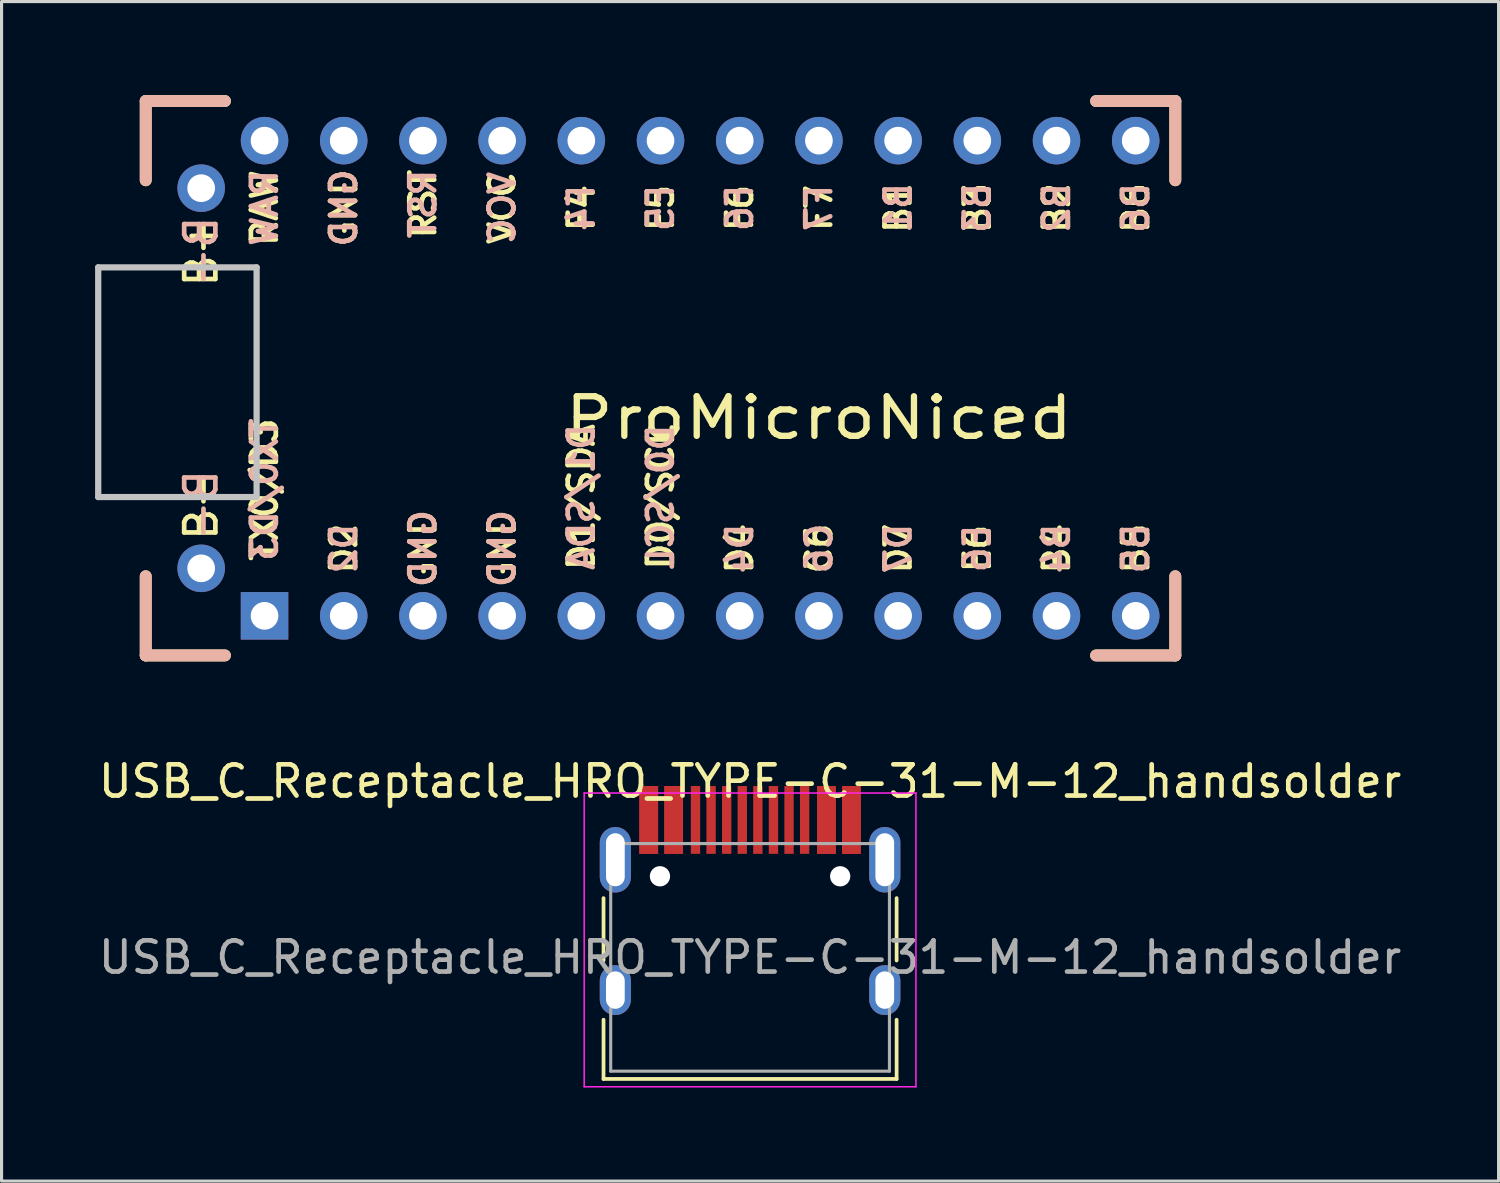
<source format=kicad_pcb>
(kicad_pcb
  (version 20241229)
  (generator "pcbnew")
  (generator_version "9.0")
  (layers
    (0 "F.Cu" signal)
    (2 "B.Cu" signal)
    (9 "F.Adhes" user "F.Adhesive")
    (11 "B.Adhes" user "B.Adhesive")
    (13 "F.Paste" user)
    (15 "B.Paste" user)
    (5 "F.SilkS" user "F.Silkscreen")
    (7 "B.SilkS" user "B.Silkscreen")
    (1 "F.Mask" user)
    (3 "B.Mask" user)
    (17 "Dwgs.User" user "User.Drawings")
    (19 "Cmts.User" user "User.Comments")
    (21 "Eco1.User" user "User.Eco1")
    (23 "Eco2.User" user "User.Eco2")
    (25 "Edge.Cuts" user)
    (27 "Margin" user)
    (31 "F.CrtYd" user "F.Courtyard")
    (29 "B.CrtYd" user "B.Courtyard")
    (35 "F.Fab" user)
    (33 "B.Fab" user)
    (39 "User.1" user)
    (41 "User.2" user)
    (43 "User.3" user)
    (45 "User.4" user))
  (footprint "USB_C_Receptacle_HRO_TYPE-C-31-M-12_handsolder"
    (layer "F.Cu")
    (at 21.006 27.654)
    (property "Reference" "USB_C_Receptacle_HRO_TYPE-C-31-M-12_handsolder" (at 0 -5.645 0) (layer "F.SilkS") (effects (font (size 1 1) (thickness 0.15))))
    (attr smd)
    (fp_line (start -4.7 -1.9) (end -4.7 0.1) (stroke (width 0.12) (type solid)) (layer "F.SilkS"))
    (fp_line (start -4.7 2) (end -4.7 3.9) (stroke (width 0.12) (type solid)) (layer "F.SilkS"))
    (fp_line (start -4.7 3.9) (end 4.7 3.9) (stroke (width 0.12) (type solid)) (layer "F.SilkS"))
    (fp_line (start 4.7 -1.9) (end 4.7 0.1) (stroke (width 0.12) (type solid)) (layer "F.SilkS"))
    (fp_line (start 4.7 2) (end 4.7 3.9) (stroke (width 0.12) (type solid)) (layer "F.SilkS"))
    (fp_line (start -5.32 -5.27) (end -5.32 4.15) (stroke (width 0.05) (type solid)) (layer "F.CrtYd"))
    (fp_line (start -5.32 -5.27) (end 5.32 -5.27) (stroke (width 0.05) (type solid)) (layer "F.CrtYd"))
    (fp_line (start -5.32 4.15) (end 5.32 4.15) (stroke (width 0.05) (type solid)) (layer "F.CrtYd"))
    (fp_line (start 5.32 -5.27) (end 5.32 4.15) (stroke (width 0.05) (type solid)) (layer "F.CrtYd"))
    (fp_line (start -4.47 -3.65) (end -4.47 3.65) (stroke (width 0.1) (type solid)) (layer "F.Fab"))
    (fp_line (start -4.47 -3.65) (end 4.47 -3.65) (stroke (width 0.1) (type solid)) (layer "F.Fab"))
    (fp_line (start -4.47 3.65) (end 4.47 3.65) (stroke (width 0.1) (type solid)) (layer "F.Fab"))
    (fp_line (start 4.47 -3.65) (end 4.47 3.65) (stroke (width 0.1) (type solid)) (layer "F.Fab"))
    (fp_text user "${REFERENCE}" (at 0 0 0) (layer "F.Fab") (effects (font (size 1 1) (thickness 0.15))))
    (pad "" np_thru_hole circle (at -2.89 -2.6) (size 0.65 0.65) (drill 0.65) (layers "*.Cu" "*.Mask"))
    (pad "" np_thru_hole circle (at 2.89 -2.6) (size 0.65 0.65) (drill 0.65) (layers "*.Cu" "*.Mask"))
    (pad "A1" smd rect (at -3.25 -4.407) (size 0.6 2.175) (layers "F.Cu" "F.Mask" "F.Paste"))
    (pad "A4" smd rect (at -2.45 -4.407) (size 0.6 2.175) (layers "F.Cu" "F.Mask" "F.Paste"))
    (pad "A5" smd rect (at -1.25 -4.407) (size 0.3 2.175) (layers "F.Cu" "F.Mask" "F.Paste"))
    (pad "A6" smd rect (at -0.25 -4.407) (size 0.3 2.175) (layers "F.Cu" "F.Mask" "F.Paste"))
    (pad "A7" smd rect (at 0.25 -4.407) (size 0.3 2.175) (layers "F.Cu" "F.Mask" "F.Paste"))
    (pad "A8" smd rect (at 1.25 -4.407) (size 0.3 2.175) (layers "F.Cu" "F.Mask" "F.Paste"))
    (pad "A9" smd rect (at 2.45 -4.407) (size 0.6 2.175) (layers "F.Cu" "F.Mask" "F.Paste"))
    (pad "A12" smd rect (at 3.25 -4.407) (size 0.6 2.175) (layers "F.Cu" "F.Mask" "F.Paste"))
    (pad "B1" smd rect (at 3.25 -4.407) (size 0.6 2.175) (layers "F.Cu" "F.Mask" "F.Paste"))
    (pad "B4" smd rect (at 2.45 -4.407) (size 0.6 2.175) (layers "F.Cu" "F.Mask" "F.Paste"))
    (pad "B5" smd rect (at 1.75 -4.407) (size 0.3 2.175) (layers "F.Cu" "F.Mask" "F.Paste"))
    (pad "B6" smd rect (at 0.75 -4.407) (size 0.3 2.175) (layers "F.Cu" "F.Mask" "F.Paste"))
    (pad "B7" smd rect (at -0.75 -4.407) (size 0.3 2.175) (layers "F.Cu" "F.Mask" "F.Paste"))
    (pad "B8" smd rect (at -1.75 -4.407) (size 0.3 2.175) (layers "F.Cu" "F.Mask" "F.Paste"))
    (pad "B9" smd rect (at -2.45 -4.407) (size 0.6 2.175) (layers "F.Cu" "F.Mask" "F.Paste"))
    (pad "B12" smd rect (at -3.25 -4.407) (size 0.6 2.175) (layers "F.Cu" "F.Mask" "F.Paste"))
    (pad "S1" thru_hole oval (at -4.32 -3.13) (size 1 2.1) (drill oval 0.6 1.7) (layers "*.Cu" "*.Mask"))
    (pad "S1" thru_hole oval (at -4.32 1.05) (size 1 1.6) (drill oval 0.6 1.2) (layers "*.Cu" "*.Mask"))
    (pad "S1" thru_hole oval (at 4.32 -3.13) (size 1 2.1) (drill oval 0.6 1.7) (layers "*.Cu" "*.Mask"))
    (pad "S1" thru_hole oval (at 4.32 1.05) (size 1 1.6) (drill oval 0.6 1.2) (layers "*.Cu" "*.Mask")))
  (footprint "ProMicroNiced"
    (layer "F.Cu")
    (at 5.434 16.701)
    (property "Reference" "ProMicroNiced" (at 17.78 -6.35 0) (layer "F.SilkS") (effects (font (size 1.27 1.524) (thickness 0.203))))
    (attr through_hole)
    (fp_line (start -3.81 -16.51) (end -3.81 -13.97) (stroke (width 0.381) (type solid)) (layer "F.SilkS"))
    (fp_line (start -3.81 -1.27) (end -3.81 1.27) (stroke (width 0.381) (type solid)) (layer "F.SilkS"))
    (fp_line (start -3.81 1.27) (end -1.27 1.27) (stroke (width 0.381) (type solid)) (layer "F.SilkS"))
    (fp_line (start -1.27 -16.51) (end -3.81 -16.51) (stroke (width 0.381) (type solid)) (layer "F.SilkS"))
    (fp_line (start 29.21 -16.51) (end 26.67 -16.51) (stroke (width 0.381) (type solid)) (layer "F.SilkS"))
    (fp_line (start 29.21 -16.51) (end 29.21 -13.97) (stroke (width 0.381) (type solid)) (layer "F.SilkS"))
    (fp_line (start 29.21 -1.27) (end 29.21 1.27) (stroke (width 0.381) (type solid)) (layer "F.SilkS"))
    (fp_line (start 29.21 1.27) (end 26.67 1.27) (stroke (width 0.381) (type solid)) (layer "F.SilkS"))
    (fp_line (start -3.81 -16.51) (end -3.81 -13.97) (stroke (width 0.381) (type solid)) (layer "B.SilkS"))
    (fp_line (start -3.81 -1.27) (end -3.81 1.27) (stroke (width 0.381) (type solid)) (layer "B.SilkS"))
    (fp_line (start -1.27 -16.51) (end -3.81 -16.51) (stroke (width 0.381) (type solid)) (layer "B.SilkS"))
    (fp_line (start -1.27 1.27) (end -3.81 1.27) (stroke (width 0.381) (type solid)) (layer "B.SilkS"))
    (fp_line (start 29.21 -16.51) (end 26.67 -16.51) (stroke (width 0.381) (type solid)) (layer "B.SilkS"))
    (fp_line (start 29.21 -16.51) (end 29.21 -13.97) (stroke (width 0.381) (type solid)) (layer "B.SilkS"))
    (fp_line (start 29.21 -1.27) (end 29.21 1.27) (stroke (width 0.381) (type solid)) (layer "B.SilkS"))
    (fp_line (start 29.21 1.27) (end 26.67 1.27) (stroke (width 0.381) (type solid)) (layer "B.SilkS"))
    (fp_line (start -5.334 -11.176) (end -0.254 -11.176) (stroke (width 0.2) (type solid)) (layer "Dwgs.User"))
    (fp_line (start -5.334 -3.81) (end -5.334 -11.176) (stroke (width 0.2) (type solid)) (layer "Dwgs.User"))
    (fp_line (start -0.254 -11.176) (end -0.254 -3.81) (stroke (width 0.2) (type solid)) (layer "Dwgs.User"))
    (fp_line (start -0.254 -3.81) (end -5.334 -3.81) (stroke (width 0.2) (type solid)) (layer "Dwgs.User"))
    (fp_text user "D0/SCL" (at 12.7 -3.81 90) (layer "F.SilkS") (effects (font (size 0.8 0.8) (thickness 0.15))))
    (fp_text user "VCC" (at 7.62 -13.081 90) (layer "F.SilkS") (effects (font (size 0.8 0.8) (thickness 0.15))))
    (fp_text user "D2" (at 2.54 -2.159 90) (layer "F.SilkS") (effects (font (size 0.8 0.8) (thickness 0.15))))
    (fp_text user "B5" (at 27.94 -2.159 90) (layer "F.SilkS") (effects (font (size 0.8 0.8) (thickness 0.15))))
    (fp_text user "B-" (at -2.032 -3.556 90) (layer "F.SilkS") (effects (font (size 1 1) (thickness 0.15))))
    (fp_text user "D1/SDA" (at 10.16 -3.81 90) (layer "F.SilkS") (effects (font (size 0.8 0.8) (thickness 0.15))))
    (fp_text user "F4" (at 10.16 -13.081 90) (layer "F.SilkS") (effects (font (size 0.8 0.8) (thickness 0.15))))
    (fp_text user "B1" (at 20.32 -13.081 90) (layer "F.SilkS") (effects (font (size 0.8 0.8) (thickness 0.15))))
    (fp_text user "TX0/D3" (at 0.000001 -4.048 90) (layer "F.SilkS") (effects (font (size 0.8 0.8) (thickness 0.15))))
    (fp_text user "B+" (at -2.032 -11.684 90) (layer "F.SilkS") (effects (font (size 1 1) (thickness 0.15))))
    (fp_text user "D7" (at 20.32 -2.159 90) (layer "F.SilkS") (effects (font (size 0.8 0.8) (thickness 0.15))))
    (fp_text user "GND" (at 5.08 -2.159 90) (layer "F.SilkS") (effects (font (size 0.8 0.8) (thickness 0.15))))
    (fp_text user "D4" (at 15.24 -2.159 90) (layer "F.SilkS") (effects (font (size 0.8 0.8) (thickness 0.15))))
    (fp_text user "RAW" (at 0 -13.081 90) (layer "F.SilkS") (effects (font (size 0.8 0.8) (thickness 0.15))))
    (fp_text user "E6" (at 22.86 -2.159 90) (layer "F.SilkS") (effects (font (size 0.8 0.8) (thickness 0.15))))
    (fp_text user "B6" (at 27.94 -13.081 90) (layer "F.SilkS") (effects (font (size 0.8 0.8) (thickness 0.15))))
    (fp_text user "B3" (at 22.86 -13.081 90) (layer "F.SilkS") (effects (font (size 0.8 0.8) (thickness 0.15))))
    (fp_text user "F5" (at 12.7 -13.081 90) (layer "F.SilkS") (effects (font (size 0.8 0.8) (thickness 0.15))))
    (fp_text user "B4" (at 25.4 -2.159 90) (layer "F.SilkS") (effects (font (size 0.8 0.8) (thickness 0.15))))
    (fp_text user "GND" (at 2.54 -13.081 90) (layer "F.SilkS") (effects (font (size 0.8 0.8) (thickness 0.15))))
    (fp_text user "C6" (at 17.78 -2.159 90) (layer "F.SilkS") (effects (font (size 0.8 0.8) (thickness 0.15))))
    (fp_text user "B2" (at 25.4 -13.081 90) (layer "F.SilkS") (effects (font (size 0.8 0.8) (thickness 0.15))))
    (fp_text user "F6" (at 15.24 -13.081 90) (layer "F.SilkS") (effects (font (size 0.8 0.8) (thickness 0.15))))
    (fp_text user "GND" (at 7.62 -2.159 90) (layer "F.SilkS") (effects (font (size 0.8 0.8) (thickness 0.15))))
    (fp_text user "RST" (at 5.08 -13.208 90) (layer "F.SilkS") (effects (font (size 0.8 0.8) (thickness 0.15))))
    (fp_text user "F7" (at 17.78 -13.081 90) (layer "F.SilkS") (effects (font (size 0.8 0.8) (thickness 0.15))))
    (fp_text user "GND" (at 5.08 -2.159 90) (layer "B.SilkS") (effects (font (size 0.8 0.8) (thickness 0.15)) (justify mirror)))
    (fp_text user "TX0/D3" (at 0.000001 -4.048 90) (layer "B.SilkS") (effects (font (size 0.8 0.8) (thickness 0.15)) (justify mirror)))
    (fp_text user "VCC" (at 7.62 -13.081 90) (layer "B.SilkS") (effects (font (size 0.8 0.8) (thickness 0.15)) (justify mirror)))
    (fp_text user "D0/SCL" (at 12.7 -3.81 90) (layer "B.SilkS") (effects (font (size 0.8 0.8) (thickness 0.15)) (justify mirror)))
    (fp_text user "B-" (at -2.032 -3.556 90) (layer "B.SilkS") (effects (font (size 1 1) (thickness 0.15)) (justify mirror)))
    (fp_text user "D4" (at 15.24 -2.159 90) (layer "B.SilkS") (effects (font (size 0.8 0.8) (thickness 0.15)) (justify mirror)))
    (fp_text user "D2" (at 2.54 -2.159 90) (layer "B.SilkS") (effects (font (size 0.8 0.8) (thickness 0.15)) (justify mirror)))
    (fp_text user "C6" (at 17.78 -2.159 90) (layer "B.SilkS") (effects (font (size 0.8 0.8) (thickness 0.15)) (justify mirror)))
    (fp_text user "RST" (at 5.08 -13.208 90) (layer "B.SilkS") (effects (font (size 0.8 0.8) (thickness 0.15)) (justify mirror)))
    (fp_text user "B1" (at 20.32 -13.081 90) (layer "B.SilkS") (effects (font (size 0.8 0.8) (thickness 0.15)) (justify mirror)))
    (fp_text user "F4" (at 10.16 -13.081 90) (layer "B.SilkS") (effects (font (size 0.8 0.8) (thickness 0.15)) (justify mirror)))
    (fp_text user "B3" (at 22.86 -13.081 90) (layer "B.SilkS") (effects (font (size 0.8 0.8) (thickness 0.15)) (justify mirror)))
    (fp_text user "E6" (at 22.86 -2.159 90) (layer "B.SilkS") (effects (font (size 0.8 0.8) (thickness 0.15)) (justify mirror)))
    (fp_text user "F6" (at 15.24 -13.081 90) (layer "B.SilkS") (effects (font (size 0.8 0.8) (thickness 0.15)) (justify mirror)))
    (fp_text user "B6" (at 27.94 -13.081 90) (layer "B.SilkS") (effects (font (size 0.8 0.8) (thickness 0.15)) (justify mirror)))
    (fp_text user "B2" (at 25.4 -13.081 90) (layer "B.SilkS") (effects (font (size 0.8 0.8) (thickness 0.15)) (justify mirror)))
    (fp_text user "RAW" (at 0 -13.081 90) (layer "B.SilkS") (effects (font (size 0.8 0.8) (thickness 0.15)) (justify mirror)))
    (fp_text user "D7" (at 20.32 -2.159 90) (layer "B.SilkS") (effects (font (size 0.8 0.8) (thickness 0.15)) (justify mirror)))
    (fp_text user "B4" (at 25.4 -2.159 90) (layer "B.SilkS") (effects (font (size 0.8 0.8) (thickness 0.15)) (justify mirror)))
    (fp_text user "F7" (at 17.78 -13.081 90) (layer "B.SilkS") (effects (font (size 0.8 0.8) (thickness 0.15)) (justify mirror)))
    (fp_text user "B+" (at -2.032 -11.684 90) (layer "B.SilkS") (effects (font (size 1 1) (thickness 0.15)) (justify mirror)))
    (fp_text user "D1/SDA" (at 10.16 -3.81 90) (layer "B.SilkS") (effects (font (size 0.8 0.8) (thickness 0.15)) (justify mirror)))
    (fp_text user "B5" (at 27.94 -2.159 90) (layer "B.SilkS") (effects (font (size 0.8 0.8) (thickness 0.15)) (justify mirror)))
    (fp_text user "F5" (at 12.7 -13.081 90) (layer "B.SilkS") (effects (font (size 0.8 0.8) (thickness 0.15)) (justify mirror)))
    (fp_text user "GND" (at 7.62 -2.159 90) (layer "B.SilkS") (effects (font (size 0.8 0.8) (thickness 0.15)) (justify mirror)))
    (fp_text user "GND" (at 2.54 -13.081 90) (layer "B.SilkS") (effects (font (size 0.8 0.8) (thickness 0.15)) (justify mirror)))
    (pad "0" thru_hole circle (at -2.032 -1.524) (size 1.524 1.524) (drill 0.889) (layers "*.Cu" "*.Mask"))
    (pad "1" thru_hole rect (at 0 0) (size 1.524 1.524) (drill 0.889) (layers "*.Cu" "*.Mask"))
    (pad "2" thru_hole circle (at 2.54 0) (size 1.524 1.524) (drill 0.889) (layers "*.Cu" "*.Mask"))
    (pad "3" thru_hole circle (at 5.08 0) (size 1.524 1.524) (drill 0.889) (layers "*.Cu" "*.Mask"))
    (pad "4" thru_hole circle (at 7.62 0) (size 1.524 1.524) (drill 0.889) (layers "*.Cu" "*.Mask"))
    (pad "5" thru_hole circle (at 10.16 0) (size 1.524 1.524) (drill 0.889) (layers "*.Cu" "*.Mask"))
    (pad "6" thru_hole circle (at 12.7 0) (size 1.524 1.524) (drill 0.889) (layers "*.Cu" "*.Mask"))
    (pad "7" thru_hole circle (at 15.24 0) (size 1.524 1.524) (drill 0.889) (layers "*.Cu" "*.Mask"))
    (pad "8" thru_hole circle (at 17.78 0) (size 1.524 1.524) (drill 0.889) (layers "*.Cu" "*.Mask"))
    (pad "9" thru_hole circle (at 20.32 0) (size 1.524 1.524) (drill 0.889) (layers "*.Cu" "*.Mask"))
    (pad "10" thru_hole circle (at 22.86 0) (size 1.524 1.524) (drill 0.889) (layers "*.Cu" "*.Mask"))
    (pad "11" thru_hole circle (at 25.4 0) (size 1.524 1.524) (drill 0.889) (layers "*.Cu" "*.Mask"))
    (pad "12" thru_hole circle (at 27.94 0) (size 1.524 1.524) (drill 0.889) (layers "*.Cu" "*.Mask"))
    (pad "13" thru_hole circle (at 27.94 -15.24) (size 1.524 1.524) (drill 0.889) (layers "*.Cu" "*.Mask"))
    (pad "14" thru_hole circle (at 25.4 -15.24) (size 1.524 1.524) (drill 0.889) (layers "*.Cu" "*.Mask"))
    (pad "15" thru_hole circle (at 22.86 -15.24) (size 1.524 1.524) (drill 0.889) (layers "*.Cu" "*.Mask"))
    (pad "16" thru_hole circle (at 20.32 -15.24) (size 1.524 1.524) (drill 0.889) (layers "*.Cu" "*.Mask"))
    (pad "17" thru_hole circle (at 17.78 -15.24) (size 1.524 1.524) (drill 0.889) (layers "*.Cu" "*.Mask"))
    (pad "18" thru_hole circle (at 15.24 -15.24) (size 1.524 1.524) (drill 0.889) (layers "*.Cu" "*.Mask"))
    (pad "19" thru_hole circle (at 12.7 -15.24) (size 1.524 1.524) (drill 0.889) (layers "*.Cu" "*.Mask"))
    (pad "20" thru_hole circle (at 10.16 -15.24) (size 1.524 1.524) (drill 0.889) (layers "*.Cu" "*.Mask"))
    (pad "21" thru_hole circle (at 7.62 -15.24) (size 1.524 1.524) (drill 0.889) (layers "*.Cu" "*.Mask"))
    (pad "22" thru_hole circle (at 5.08 -15.24) (size 1.524 1.524) (drill 0.889) (layers "*.Cu" "*.Mask"))
    (pad "23" thru_hole circle (at 2.54 -15.24) (size 1.524 1.524) (drill 0.889) (layers "*.Cu" "*.Mask"))
    (pad "24" thru_hole circle (at 0 -15.24) (size 1.524 1.524) (drill 0.889) (layers "*.Cu" "*.Mask"))
    (pad "25" thru_hole circle (at -2.032 -13.716) (size 1.524 1.524) (drill 0.889) (layers "*.Cu" "*.Mask")))
  (gr_rect
    (start -3 -3)
    (end 45.012 34.829)
    (stroke (width 0.1) (type default))
    (fill no)
    (layer "Edge.Cuts")))
</source>
